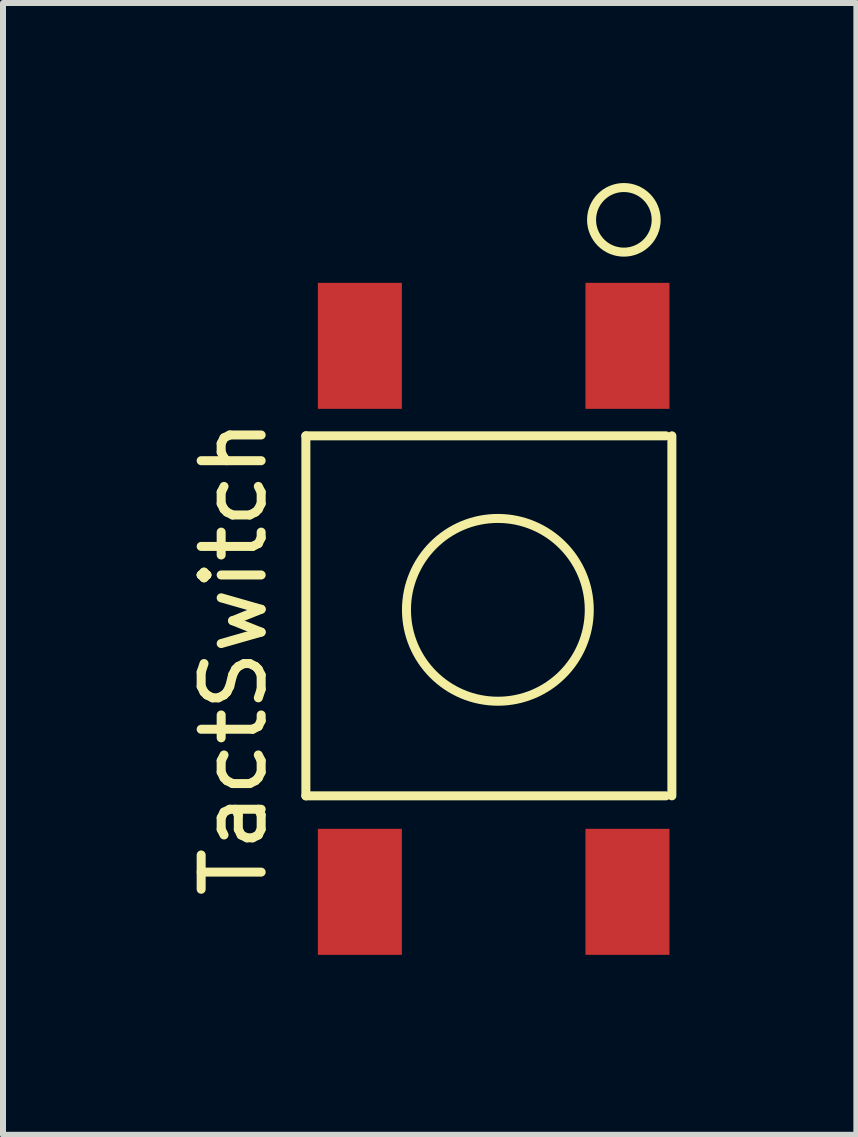
<source format=kicad_pcb>
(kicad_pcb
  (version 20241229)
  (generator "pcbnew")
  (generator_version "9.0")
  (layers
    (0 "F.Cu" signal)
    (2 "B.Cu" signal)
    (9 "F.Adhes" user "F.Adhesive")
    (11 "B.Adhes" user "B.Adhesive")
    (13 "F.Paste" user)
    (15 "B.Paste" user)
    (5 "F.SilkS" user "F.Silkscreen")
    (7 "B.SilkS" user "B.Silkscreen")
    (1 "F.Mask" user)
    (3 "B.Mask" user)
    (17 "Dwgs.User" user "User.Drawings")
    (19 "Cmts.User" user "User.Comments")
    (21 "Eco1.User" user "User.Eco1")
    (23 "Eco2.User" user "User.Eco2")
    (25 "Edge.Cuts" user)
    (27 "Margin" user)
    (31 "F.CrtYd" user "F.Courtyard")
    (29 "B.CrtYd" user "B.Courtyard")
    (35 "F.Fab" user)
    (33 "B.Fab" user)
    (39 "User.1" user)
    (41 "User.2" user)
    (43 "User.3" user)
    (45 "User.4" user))
  (footprint "TactSwitch"
    (layer "F.Cu")
    (at 2.948 2.714)
    (property "Reference" "TactSwitch" (at -2.1 5.2 90) (layer "F.SilkS") (effects (font (size 1 1) (thickness 0.15))))
    (attr through_hole)
    (fp_line (start -0.9 7.5) (end -0.9 1.5) (stroke (width 0.15) (type solid)) (layer "F.SilkS"))
    (fp_line (start 5.1 1.5) (end -0.9 1.5) (stroke (width 0.15) (type solid)) (layer "F.SilkS"))
    (fp_line (start 5.1 7.5) (end -0.9 7.5) (stroke (width 0.15) (type solid)) (layer "F.SilkS"))
    (fp_line (start 5.2 1.5) (end 5.2 7.5) (stroke (width 0.15) (type solid)) (layer "F.SilkS"))
    (fp_circle (center 2.3 4.4) (end 3.7 5) (stroke (width 0.15) (type solid)) (fill no) (layer "F.SilkS"))
    (fp_circle (center 4.4 -2.1) (end 4.6 -1.6) (stroke (width 0.15) (type solid)) (fill no) (layer "F.SilkS"))
    (pad "1" smd rect (at 4.46 0) (size 1.4 2.1) (layers "F.Cu" "F.Mask" "F.Paste"))
    (pad "2" smd rect (at 4.46 9.1) (size 1.4 2.1) (layers "F.Cu" "F.Mask" "F.Paste"))
    (pad "3" smd rect (at 0 0) (size 1.4 2.1) (layers "F.Cu" "F.Mask" "F.Paste"))
    (pad "4" smd rect (at 0 9.1) (size 1.4 2.1) (layers "F.Cu" "F.Mask" "F.Paste")))
  (gr_rect
    (start -3 -3)
    (end 11.223 15.864)
    (stroke (width 0.1) (type default))
    (fill no)
    (layer "Edge.Cuts")))
</source>
